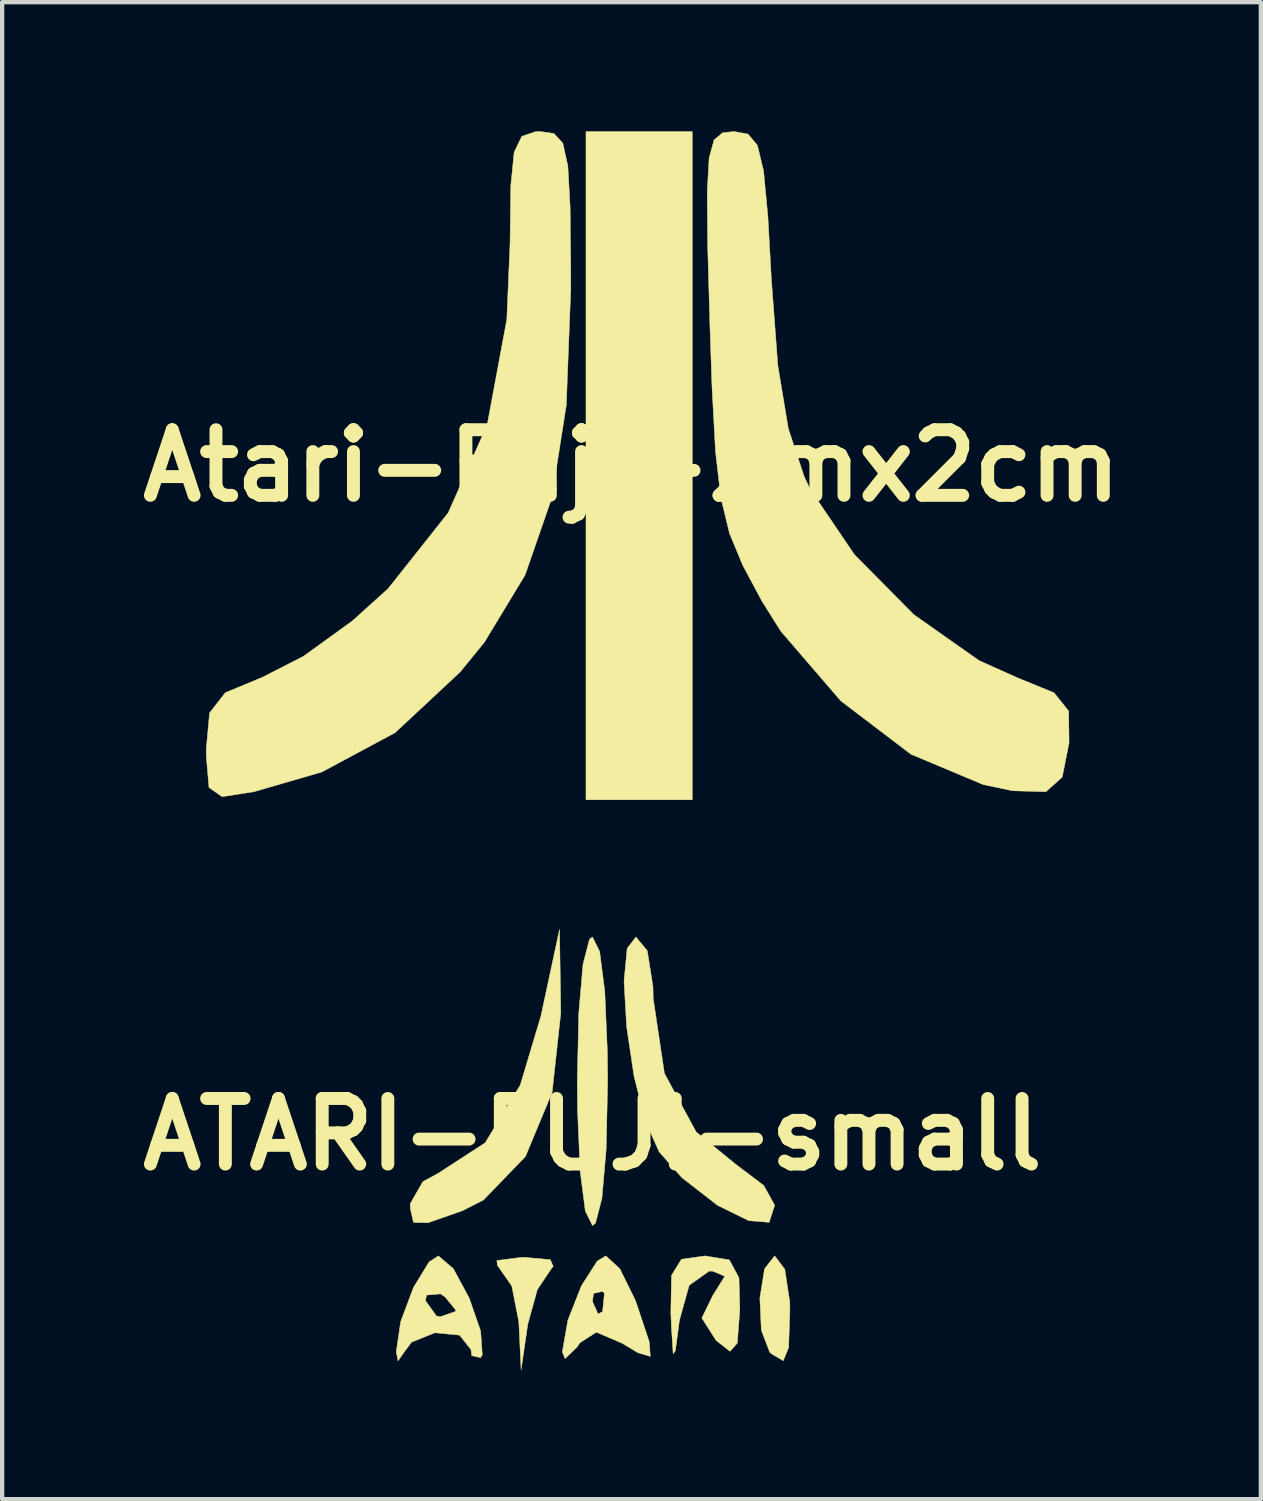
<source format=kicad_pcb>
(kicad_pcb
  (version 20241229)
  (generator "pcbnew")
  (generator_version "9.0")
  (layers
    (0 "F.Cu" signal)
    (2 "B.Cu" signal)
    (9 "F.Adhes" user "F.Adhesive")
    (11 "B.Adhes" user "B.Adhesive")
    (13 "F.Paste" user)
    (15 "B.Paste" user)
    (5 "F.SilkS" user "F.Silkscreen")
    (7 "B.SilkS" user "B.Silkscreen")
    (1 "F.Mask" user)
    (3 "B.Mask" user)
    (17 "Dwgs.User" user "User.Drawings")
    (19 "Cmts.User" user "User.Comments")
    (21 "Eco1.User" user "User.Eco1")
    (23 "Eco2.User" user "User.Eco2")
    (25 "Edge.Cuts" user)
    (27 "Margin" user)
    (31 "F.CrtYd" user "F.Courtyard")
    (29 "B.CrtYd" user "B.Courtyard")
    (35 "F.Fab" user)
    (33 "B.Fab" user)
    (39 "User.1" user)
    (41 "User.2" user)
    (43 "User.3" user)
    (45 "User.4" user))
  (footprint "Atari-Fuji-2mx2cm"
    (layer "F.Cu")
    (at 11.619 7.766)
    (property "Reference" "Atari-Fuji-2mx2cm" (at 0 0 0) (layer "F.SilkS") (effects (font (size 1.524 1.524) (thickness 0.3))))
    (attr through_hole)
    (fp_poly (pts (xy 1.411 7.761) (xy -1.058 7.761) (xy -1.058 -7.761) (xy 1.411 -7.761) (xy 1.411 7.761)) (stroke (width 0.01) (type solid)) (fill yes) (layer "F.SilkS"))
    (fp_poly (pts (xy -1.8 -7.714) (xy -1.596 -7.49) (xy -1.479 -6.963) (xy -1.426 -6.008) (xy -1.411 -4.499) (xy -1.411 -4.097) (xy -1.515 -1.405) (xy -1.854 0.758) (xy -2.473 2.542) (xy -3.414 4.097) (xy -3.981 4.793) (xy -5.492 6.203) (xy -7.195 7.117) (xy -8.769 7.574) (xy -9.51 7.69) (xy -9.815 7.476) (xy -9.877 6.756) (xy -9.878 6.582) (xy -9.801 5.743) (xy -9.436 5.274) (xy -8.582 4.919) (xy -8.577 4.917) (xy -7.623 4.43) (xy -6.489 3.61) (xy -5.657 2.861) (xy -4.258 1.095) (xy -3.352 -0.95) (xy -2.897 -3.394) (xy -2.822 -5.156) (xy -2.805 -6.496) (xy -2.727 -7.278) (xy -2.548 -7.65) (xy -2.229 -7.758) (xy -2.117 -7.761) (xy -1.8 -7.714)) (stroke (width 0.01) (type solid)) (fill yes) (layer "F.SilkS"))
    (fp_poly (pts (xy 2.706 -7.702) (xy 2.924 -7.441) (xy 3.067 -6.847) (xy 3.167 -5.795) (xy 3.249 -4.322) (xy 3.398 -2.329) (xy 3.642 -0.86) (xy 4.013 0.261) (xy 4.152 0.553) (xy 5.18 2.07) (xy 6.562 3.464) (xy 8.073 4.528) (xy 8.97 4.93) (xy 9.816 5.276) (xy 10.154 5.7) (xy 10.163 6.432) (xy 10.162 6.445) (xy 10.005 7.234) (xy 9.626 7.575) (xy 8.852 7.552) (xy 8.167 7.408) (xy 6.491 6.704) (xy 4.862 5.465) (xy 3.469 3.847) (xy 3.03 3.148) (xy 2.584 2.316) (xy 2.276 1.572) (xy 2.076 0.748) (xy 1.951 -0.325) (xy 1.87 -1.813) (xy 1.821 -3.252) (xy 1.769 -5.105) (xy 1.758 -6.365) (xy 1.803 -7.148) (xy 1.917 -7.566) (xy 2.115 -7.732) (xy 2.381 -7.761) (xy 2.706 -7.702)) (stroke (width 0.01) (type solid)) (fill yes) (layer "F.SilkS")))
  (footprint "ATARI-FUJI-small"
    (layer "F.Cu")
    (at 10.712 23.3)
    (property "Reference" "ATARI-FUJI-small" (at 0 0 0) (layer "F.SilkS") (effects (font (size 1.524 1.524) (thickness 0.3))))
    (attr through_hole)
    (fp_poly (pts (xy 4.467 3.132) (xy 4.583 3.895) (xy 4.586 4.057) (xy 4.557 4.95) (xy 4.432 5.257) (xy 4.156 5.096) (xy 4.116 5.056) (xy 3.922 4.551) (xy 3.888 3.802) (xy 3.997 3.121) (xy 4.232 2.822) (xy 4.233 2.822) (xy 4.467 3.132)) (stroke (width 0.01) (type solid)) (fill yes) (layer "F.SilkS"))
    (fp_poly (pts (xy -0.978 2.91) (xy -0.91 3.073) (xy -0.938 3.093) (xy -1.28 3.603) (xy -1.503 4.411) (xy -1.658 5.468) (xy -1.711 4.351) (xy -1.874 3.521) (xy -2.194 3.061) (xy -2.205 3.056) (xy -2.221 2.929) (xy -1.671 2.858) (xy -1.587 2.855) (xy -0.978 2.91)) (stroke (width 0.01) (type solid)) (fill yes) (layer "F.SilkS"))
    (fp_poly (pts (xy -0.736 -2.822) (xy -0.937 -0.976) (xy -1.557 0.514) (xy -2.535 1.526) (xy -3.022 1.773) (xy -3.819 2.052) (xy -4.157 2.044) (xy -4.232 1.721) (xy -4.233 1.611) (xy -3.941 1.099) (xy -3.574 0.897) (xy -2.493 0.195) (xy -1.678 -1.144) (xy -1.198 -2.747) (xy -0.765 -4.763) (xy -0.736 -2.822)) (stroke (width 0.01) (type solid)) (fill yes) (layer "F.SilkS"))
    (fp_poly (pts (xy 0.166 -4.252) (xy 0.286 -3.321) (xy 0.347 -1.903) (xy 0.353 -1.235) (xy 0.318 0.346) (xy 0.22 1.482) (xy 0.07 2.063) (xy 0 2.117) (xy -0.166 1.782) (xy -0.286 0.852) (xy -0.347 -0.567) (xy -0.353 -1.235) (xy -0.318 -2.816) (xy -0.22 -3.951) (xy -0.07 -4.533) (xy 0 -4.586) (xy 0.166 -4.252)) (stroke (width 0.01) (type solid)) (fill yes) (layer "F.SilkS"))
    (fp_poly (pts (xy 1.273 -4.267) (xy 1.405 -3.432) (xy 1.411 -3.157) (xy 1.671 -1.418) (xy 2.409 -0.056) (xy 3.321 0.689) (xy 3.979 1.187) (xy 4.233 1.647) (xy 4.103 2.042) (xy 3.633 2.005) (xy 2.907 1.649) (xy 2.076 1.004) (xy 1.549 0.405) (xy 1.223 -0.321) (xy 0.964 -1.359) (xy 0.793 -2.506) (xy 0.733 -3.561) (xy 0.806 -4.321) (xy 1.009 -4.586) (xy 1.273 -4.267)) (stroke (width 0.01) (type solid)) (fill yes) (layer "F.SilkS"))
    (fp_poly (pts (xy 3.18 2.915) (xy 3.403 3.332) (xy 3.423 4.062) (xy 3.364 4.848) (xy 3.195 5.039) (xy 2.871 4.786) (xy 2.54 4.265) (xy 2.802 3.728) (xy 2.808 3.722) (xy 3.074 3.294) (xy 2.791 3.176) (xy 2.711 3.175) (xy 2.246 3.505) (xy 2.019 4.322) (xy 1.925 5.028) (xy 1.874 5.094) (xy 1.835 4.491) (xy 1.82 4.145) (xy 1.836 3.274) (xy 2.066 2.9) (xy 2.611 2.822) (xy 3.18 2.915)) (stroke (width 0.01) (type solid)) (fill yes) (layer "F.SilkS"))
    (fp_poly (pts (xy 0.635 3.12) (xy 0.992 3.845) (xy 1.024 3.933) (xy 1.32 4.819) (xy 1.343 5.158) (xy 1.05 5.069) (xy 0.695 4.854) (xy 0.09 4.594) (xy -0.29 4.838) (xy -0.358 4.939) (xy -0.637 5.208) (xy -0.7 5.05) (xy -0.572 4.316) (xy -0.4 3.881) (xy 0 3.881) (xy 0.129 4.171) (xy 0.235 4.116) (xy 0.277 3.697) (xy 0.235 3.645) (xy 0.025 3.694) (xy 0 3.881) (xy -0.4 3.881) (xy -0.257 3.517) (xy 0.112 2.941) (xy 0.31 2.822) (xy 0.635 3.12)) (stroke (width 0.01) (type solid)) (fill yes) (layer "F.SilkS"))
    (fp_poly (pts (xy -3.233 3.117) (xy -2.864 3.799) (xy -2.598 4.566) (xy -2.559 5.118) (xy -2.598 5.185) (xy -2.805 5.14) (xy -2.822 4.998) (xy -3.088 4.663) (xy -3.661 4.608) (xy -4.202 4.826) (xy -4.352 5.027) (xy -4.516 5.259) (xy -4.558 5.05) (xy -4.455 4.349) (xy -4.272 3.86) (xy -3.881 3.86) (xy -3.624 4.219) (xy -3.528 4.233) (xy -3.184 4.113) (xy -3.175 4.078) (xy -3.422 3.777) (xy -3.528 3.704) (xy -3.853 3.732) (xy -3.881 3.86) (xy -4.272 3.86) (xy -4.158 3.555) (xy -3.795 2.962) (xy -3.579 2.822) (xy -3.233 3.117)) (stroke (width 0.01) (type solid)) (fill yes) (layer "F.SilkS")))
  (gr_rect
    (start -3 -3)
    (end 26.237 31.773)
    (stroke (width 0.1) (type default))
    (fill no)
    (layer "Edge.Cuts")))
</source>
